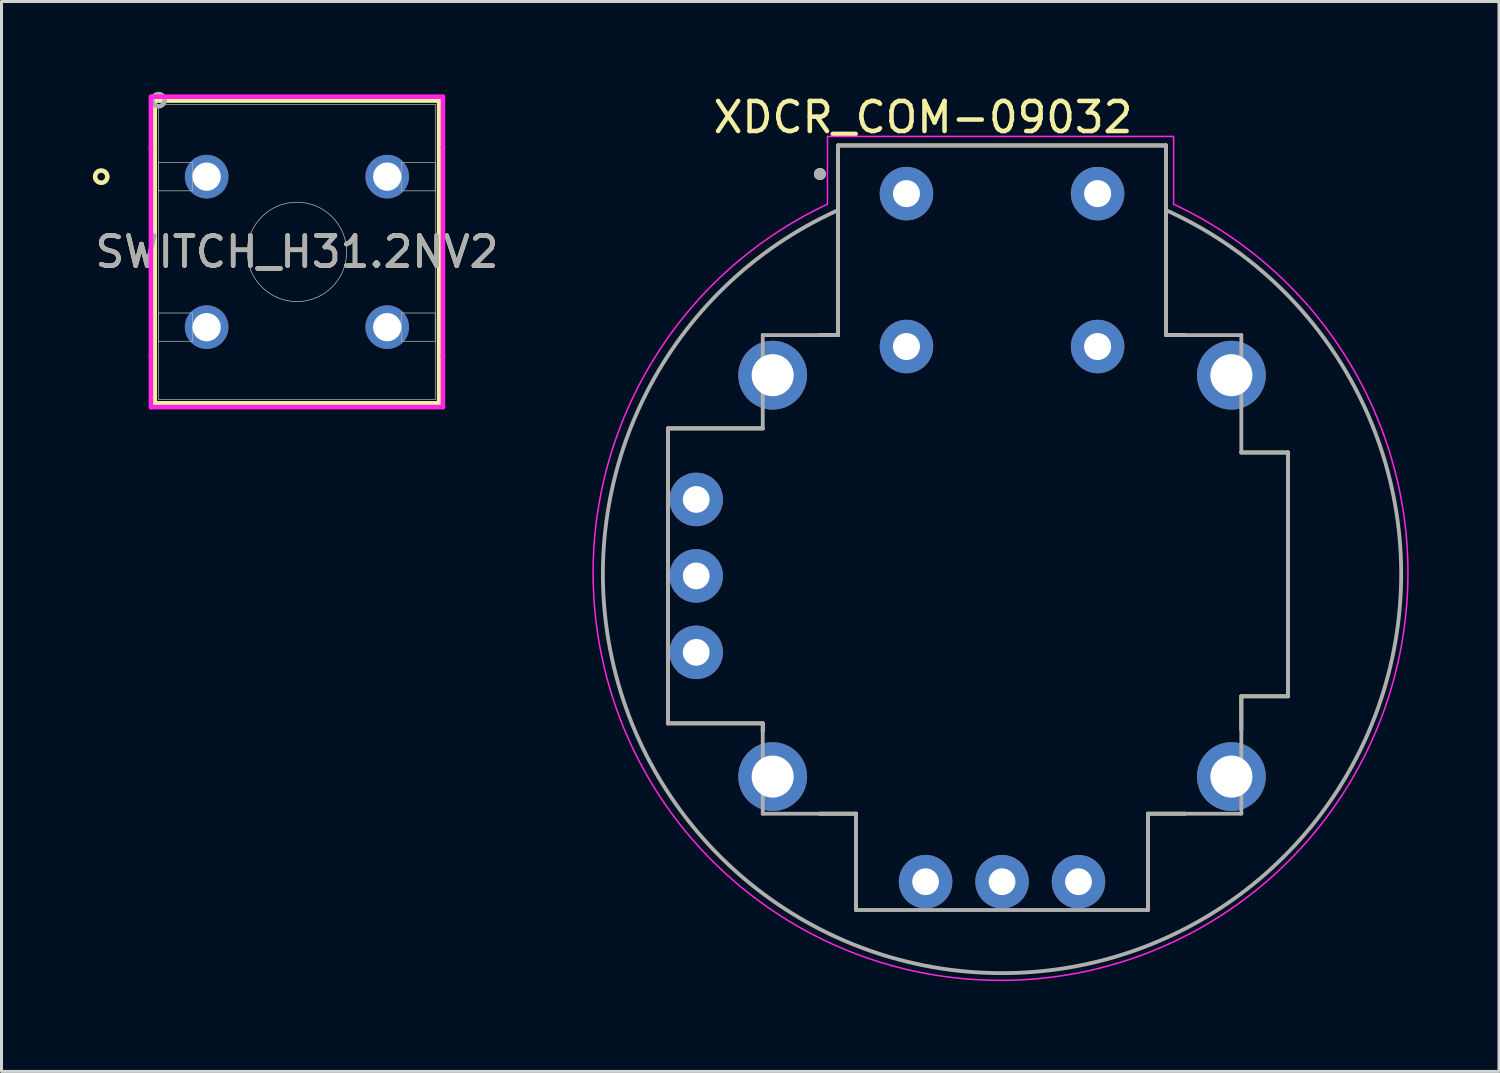
<source format=kicad_pcb>
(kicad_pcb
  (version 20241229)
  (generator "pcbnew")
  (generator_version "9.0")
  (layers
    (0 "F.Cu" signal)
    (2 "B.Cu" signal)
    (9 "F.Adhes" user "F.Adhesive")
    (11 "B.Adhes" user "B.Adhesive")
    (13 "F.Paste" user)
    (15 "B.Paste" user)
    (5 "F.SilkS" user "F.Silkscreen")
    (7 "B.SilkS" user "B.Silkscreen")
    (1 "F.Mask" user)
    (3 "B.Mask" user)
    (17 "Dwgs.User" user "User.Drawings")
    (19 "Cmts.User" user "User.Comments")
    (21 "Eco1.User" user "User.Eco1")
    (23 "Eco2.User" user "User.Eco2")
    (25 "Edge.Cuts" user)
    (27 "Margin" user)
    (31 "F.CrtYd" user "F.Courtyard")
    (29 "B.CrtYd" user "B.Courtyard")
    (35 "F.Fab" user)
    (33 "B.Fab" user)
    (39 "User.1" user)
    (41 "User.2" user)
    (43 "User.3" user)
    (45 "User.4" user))
  (footprint "SWITCH_H31.2NV2"
    (layer "F.Cu")
    (at 3.815 2.819)
    (property "Reference" "SWITCH_H31.2NV2" (at 3 2.5 0) (unlocked yes) (layer "F.SilkS") (effects (font (size 1 1) (thickness 0.15))))
    (attr through_hole)
    (fp_line (start -1.724 -2.529) (end -1.724 7.529) (stroke (width 0.152) (type solid)) (layer "F.SilkS"))
    (fp_line (start -1.724 7.529) (end 7.724 7.529) (stroke (width 0.152) (type solid)) (layer "F.SilkS"))
    (fp_line (start 7.724 -2.529) (end -1.724 -2.529) (stroke (width 0.152) (type solid)) (layer "F.SilkS"))
    (fp_line (start 7.724 7.529) (end 7.724 -2.529) (stroke (width 0.152) (type solid)) (layer "F.SilkS"))
    (fp_circle (center -3.502 0) (end -3.299 0) (stroke (width 0.152) (type solid)) (fill no) (layer "F.SilkS"))
    (fp_line (start -1.851 -2.656) (end 7.851 -2.656) (stroke (width 0.152) (type solid)) (layer "F.CrtYd"))
    (fp_line (start -1.851 -0.978) (end -1.851 -2.656) (stroke (width 0.152) (type solid)) (layer "F.CrtYd"))
    (fp_line (start -1.851 -0.978) (end -1.851 -0.978) (stroke (width 0.152) (type solid)) (layer "F.CrtYd"))
    (fp_line (start -1.851 5.978) (end -1.851 -0.978) (stroke (width 0.152) (type solid)) (layer "F.CrtYd"))
    (fp_line (start -1.851 5.978) (end -1.851 5.978) (stroke (width 0.152) (type solid)) (layer "F.CrtYd"))
    (fp_line (start -1.851 7.656) (end -1.851 5.978) (stroke (width 0.152) (type solid)) (layer "F.CrtYd"))
    (fp_line (start 7.851 -2.656) (end 7.851 -0.978) (stroke (width 0.152) (type solid)) (layer "F.CrtYd"))
    (fp_line (start 7.851 -0.978) (end 7.851 -0.978) (stroke (width 0.152) (type solid)) (layer "F.CrtYd"))
    (fp_line (start 7.851 -0.978) (end 7.851 5.978) (stroke (width 0.152) (type solid)) (layer "F.CrtYd"))
    (fp_line (start 7.851 5.978) (end 7.851 5.978) (stroke (width 0.152) (type solid)) (layer "F.CrtYd"))
    (fp_line (start 7.851 5.978) (end 7.851 7.656) (stroke (width 0.152) (type solid)) (layer "F.CrtYd"))
    (fp_line (start 7.851 7.656) (end -1.851 7.656) (stroke (width 0.152) (type solid)) (layer "F.CrtYd"))
    (fp_line (start -1.597 -2.402) (end -1.597 7.402) (stroke (width 0.025) (type solid)) (layer "F.Fab"))
    (fp_line (start -1.597 -0.47) (end -0.47 -0.47) (stroke (width 0.025) (type solid)) (layer "F.Fab"))
    (fp_line (start -1.597 0.47) (end -1.597 -0.47) (stroke (width 0.025) (type solid)) (layer "F.Fab"))
    (fp_line (start -1.597 4.53) (end -0.47 4.53) (stroke (width 0.025) (type solid)) (layer "F.Fab"))
    (fp_line (start -1.597 5.47) (end -1.597 4.53) (stroke (width 0.025) (type solid)) (layer "F.Fab"))
    (fp_line (start -1.597 7.402) (end 7.597 7.402) (stroke (width 0.025) (type solid)) (layer "F.Fab"))
    (fp_line (start -0.47 -0.47) (end -0.47 0.47) (stroke (width 0.025) (type solid)) (layer "F.Fab"))
    (fp_line (start -0.47 0.47) (end -1.597 0.47) (stroke (width 0.025) (type solid)) (layer "F.Fab"))
    (fp_line (start -0.47 4.53) (end -0.47 5.47) (stroke (width 0.025) (type solid)) (layer "F.Fab"))
    (fp_line (start -0.47 5.47) (end -1.597 5.47) (stroke (width 0.025) (type solid)) (layer "F.Fab"))
    (fp_line (start 6.47 -0.47) (end 7.597 -0.47) (stroke (width 0.025) (type solid)) (layer "F.Fab"))
    (fp_line (start 6.47 0.47) (end 6.47 -0.47) (stroke (width 0.025) (type solid)) (layer "F.Fab"))
    (fp_line (start 6.47 4.53) (end 7.597 4.53) (stroke (width 0.025) (type solid)) (layer "F.Fab"))
    (fp_line (start 6.47 5.47) (end 6.47 4.53) (stroke (width 0.025) (type solid)) (layer "F.Fab"))
    (fp_line (start 7.597 -2.402) (end -1.597 -2.402) (stroke (width 0.025) (type solid)) (layer "F.Fab"))
    (fp_line (start 7.597 -0.47) (end 7.597 0.47) (stroke (width 0.025) (type solid)) (layer "F.Fab"))
    (fp_line (start 7.597 0.47) (end 6.47 0.47) (stroke (width 0.025) (type solid)) (layer "F.Fab"))
    (fp_line (start 7.597 4.53) (end 7.597 5.47) (stroke (width 0.025) (type solid)) (layer "F.Fab"))
    (fp_line (start 7.597 5.47) (end 6.47 5.47) (stroke (width 0.025) (type solid)) (layer "F.Fab"))
    (fp_line (start 7.597 7.402) (end 7.597 -2.402) (stroke (width 0.025) (type solid)) (layer "F.Fab"))
    (fp_circle (center -1.597 -2.54) (end -1.394 -2.54) (stroke (width 0.152) (type solid)) (fill no) (layer "F.Fab"))
    (fp_circle (center 3 2.5) (end 4.651 2.5) (stroke (width 0.025) (type solid)) (fill no) (layer "F.Fab"))
    (fp_text user "${REFERENCE}" (at 3 2.5 0) (unlocked yes) (layer "F.Fab") (effects (font (size 1 1) (thickness 0.15))))
    (pad "1" thru_hole circle (at 0 0) (size 1.448 1.448) (drill 0.94) (layers "*.Cu" "*.Mask"))
    (pad "2" thru_hole circle (at 0 5) (size 1.448 1.448) (drill 0.94) (layers "*.Cu" "*.Mask"))
    (pad "3" thru_hole circle (at 6 5) (size 1.448 1.448) (drill 0.94) (layers "*.Cu" "*.Mask"))
    (pad "4" thru_hole circle (at 6 0) (size 1.448 1.448) (drill 0.94) (layers "*.Cu" "*.Mask")))
  (footprint "XDCR_COM-09032"
    (layer "F.Cu")
    (at 30.241 16.083)
    (property "Reference" "XDCR_COM-09032" (at -2.625 -15.235 0) (layer "F.SilkS") (effects (font (size 1 1) (thickness 0.15))))
    (attr through_hole)
    (fp_line (start -11.1 -4.9) (end -7.95 -4.9) (stroke (width 0.127) (type solid)) (layer "F.SilkS"))
    (fp_line (start -11.1 4.9) (end -11.1 -4.9) (stroke (width 0.127) (type solid)) (layer "F.SilkS"))
    (fp_line (start -7.95 4.9) (end -11.1 4.9) (stroke (width 0.127) (type solid)) (layer "F.SilkS"))
    (fp_line (start -7.95 5.17) (end -7.95 4.9) (stroke (width 0.127) (type solid)) (layer "F.SilkS"))
    (fp_line (start -6.07 -8) (end -5.45 -8) (stroke (width 0.127) (type solid)) (layer "F.SilkS"))
    (fp_line (start -5.45 -14.3) (end 5.45 -14.3) (stroke (width 0.127) (type solid)) (layer "F.SilkS"))
    (fp_line (start -5.45 -8) (end -5.45 -14.3) (stroke (width 0.127) (type solid)) (layer "F.SilkS"))
    (fp_line (start -4.85 7.9) (end -6.07 7.9) (stroke (width 0.127) (type solid)) (layer "F.SilkS"))
    (fp_line (start -4.85 11.1) (end -4.85 7.9) (stroke (width 0.127) (type solid)) (layer "F.SilkS"))
    (fp_line (start 4.85 7.9) (end 4.85 11.1) (stroke (width 0.127) (type solid)) (layer "F.SilkS"))
    (fp_line (start 5.45 -14.3) (end 5.45 -8) (stroke (width 0.127) (type solid)) (layer "F.SilkS"))
    (fp_line (start 5.45 -8) (end 6.08 -8) (stroke (width 0.127) (type solid)) (layer "F.SilkS"))
    (fp_line (start 6.08 7.9) (end 4.85 7.9) (stroke (width 0.127) (type solid)) (layer "F.SilkS"))
    (fp_line (start 7.95 -4.1) (end 9.5 -4.1) (stroke (width 0.127) (type solid)) (layer "F.SilkS"))
    (fp_line (start 7.95 4) (end 7.95 5.12) (stroke (width 0.127) (type solid)) (layer "F.SilkS"))
    (fp_line (start 9.5 -4.1) (end 9.5 4) (stroke (width 0.127) (type solid)) (layer "F.SilkS"))
    (fp_line (start 9.5 4) (end 7.95 4) (stroke (width 0.127) (type solid)) (layer "F.SilkS"))
    (fp_circle (center -6.05 -13.35) (end -5.95 -13.35) (stroke (width 0.2) (type solid)) (fill no) (layer "F.SilkS"))
    (fp_line (start -5.8 -14.6) (end 5.7 -14.6) (stroke (width 0.05) (type solid)) (layer "F.CrtYd"))
    (fp_line (start -5.8 -12.35) (end -5.8 -14.6) (stroke (width 0.05) (type solid)) (layer "F.CrtYd"))
    (fp_line (start 5.7 -14.6) (end 5.7 -12.35) (stroke (width 0.05) (type solid)) (layer "F.CrtYd"))
    (fp_arc (start 5.7 -12.35) (mid -0.05 13.437438) (end -5.8 -12.35) (stroke (width 0.05) (type solid)) (layer "F.CrtYd"))
    (fp_line (start -11.1 -4.9) (end -11.1 4.9) (stroke (width 0.127) (type solid)) (layer "F.Fab"))
    (fp_line (start -7.95 -4.9) (end -11.1 -4.9) (stroke (width 0.127) (type solid)) (layer "F.Fab"))
    (fp_line (start -7.95 -4.9) (end -7.95 -8) (stroke (width 0.127) (type solid)) (layer "F.Fab"))
    (fp_line (start -7.95 4.9) (end -11.1 4.9) (stroke (width 0.127) (type solid)) (layer "F.Fab"))
    (fp_line (start -7.95 4.9) (end -7.95 7.9) (stroke (width 0.127) (type solid)) (layer "F.Fab"))
    (fp_line (start -5.45 -14.3) (end -5.45 -8) (stroke (width 0.127) (type solid)) (layer "F.Fab"))
    (fp_line (start -5.45 -8) (end -7.95 -8) (stroke (width 0.127) (type solid)) (layer "F.Fab"))
    (fp_line (start -4.85 7.9) (end -7.95 7.9) (stroke (width 0.127) (type solid)) (layer "F.Fab"))
    (fp_line (start -4.85 11.1) (end -4.85 7.9) (stroke (width 0.127) (type solid)) (layer "F.Fab"))
    (fp_line (start 4.85 7.9) (end 7.95 7.9) (stroke (width 0.127) (type solid)) (layer "F.Fab"))
    (fp_line (start 4.85 11.1) (end -4.85 11.1) (stroke (width 0.127) (type solid)) (layer "F.Fab"))
    (fp_line (start 4.85 11.1) (end 4.85 7.9) (stroke (width 0.127) (type solid)) (layer "F.Fab"))
    (fp_line (start 5.45 -14.3) (end -5.45 -14.3) (stroke (width 0.127) (type solid)) (layer "F.Fab"))
    (fp_line (start 5.45 -14.3) (end 5.45 -8) (stroke (width 0.127) (type solid)) (layer "F.Fab"))
    (fp_line (start 7.95 -8) (end 5.45 -8) (stroke (width 0.127) (type solid)) (layer "F.Fab"))
    (fp_line (start 7.95 -4.1) (end 7.95 -8) (stroke (width 0.127) (type solid)) (layer "F.Fab"))
    (fp_line (start 7.95 -4.1) (end 9.5 -4.1) (stroke (width 0.127) (type solid)) (layer "F.Fab"))
    (fp_line (start 7.95 4) (end 7.95 7.9) (stroke (width 0.127) (type solid)) (layer "F.Fab"))
    (fp_line (start 7.95 4) (end 9.5 4) (stroke (width 0.127) (type solid)) (layer "F.Fab"))
    (fp_line (start 9.5 -4.1) (end 9.5 4) (stroke (width 0.127) (type solid)) (layer "F.Fab"))
    (fp_arc (start 5.45 -12.15) (mid 0 13.197504) (end -5.45 -12.15) (stroke (width 0.127) (type solid)) (layer "F.Fab"))
    (fp_circle (center -6.05 -13.35) (end -5.95 -13.35) (stroke (width 0.2) (type solid)) (fill no) (layer "F.Fab"))
    (pad "B1A" thru_hole circle (at -3.175 -12.7) (size 1.778 1.778) (drill 0.9) (layers "*.Cu" "*.Mask"))
    (pad "B1B" thru_hole circle (at 3.175 -12.7) (size 1.778 1.778) (drill 0.9) (layers "*.Cu" "*.Mask"))
    (pad "B2A" thru_hole circle (at -3.175 -7.62) (size 1.778 1.778) (drill 0.9) (layers "*.Cu" "*.Mask"))
    (pad "B2B" thru_hole circle (at 3.175 -7.62) (size 1.778 1.778) (drill 0.9) (layers "*.Cu" "*.Mask"))
    (pad "H1" thru_hole circle (at -2.54 10.16) (size 1.778 1.778) (drill 0.889) (layers "*.Cu" "*.Mask"))
    (pad "H2" thru_hole circle (at 0 10.16) (size 1.778 1.778) (drill 0.889) (layers "*.Cu" "*.Mask"))
    (pad "H3" thru_hole circle (at 2.54 10.16) (size 1.778 1.778) (drill 0.889) (layers "*.Cu" "*.Mask"))
    (pad "S1" thru_hole circle (at -7.62 -6.668) (size 2.286 2.286) (drill 1.397) (layers "*.Cu" "*.Mask"))
    (pad "S2" thru_hole circle (at -7.62 6.668) (size 2.286 2.286) (drill 1.397) (layers "*.Cu" "*.Mask"))
    (pad "S3" thru_hole circle (at 7.62 6.668) (size 2.286 2.286) (drill 1.397) (layers "*.Cu" "*.Mask"))
    (pad "S4" thru_hole circle (at 7.62 -6.668) (size 2.286 2.286) (drill 1.397) (layers "*.Cu" "*.Mask"))
    (pad "V1" thru_hole circle (at -10.16 -2.54) (size 1.778 1.778) (drill 0.889) (layers "*.Cu" "*.Mask"))
    (pad "V2" thru_hole circle (at -10.16 0) (size 1.778 1.778) (drill 0.889) (layers "*.Cu" "*.Mask"))
    (pad "V3" thru_hole circle (at -10.16 2.54) (size 1.778 1.778) (drill 0.889) (layers "*.Cu" "*.Mask")))
  (gr_rect
    (start -3 -3)
    (end 46.751 32.546)
    (stroke (width 0.1) (type default))
    (fill no)
    (layer "Edge.Cuts")))
</source>
